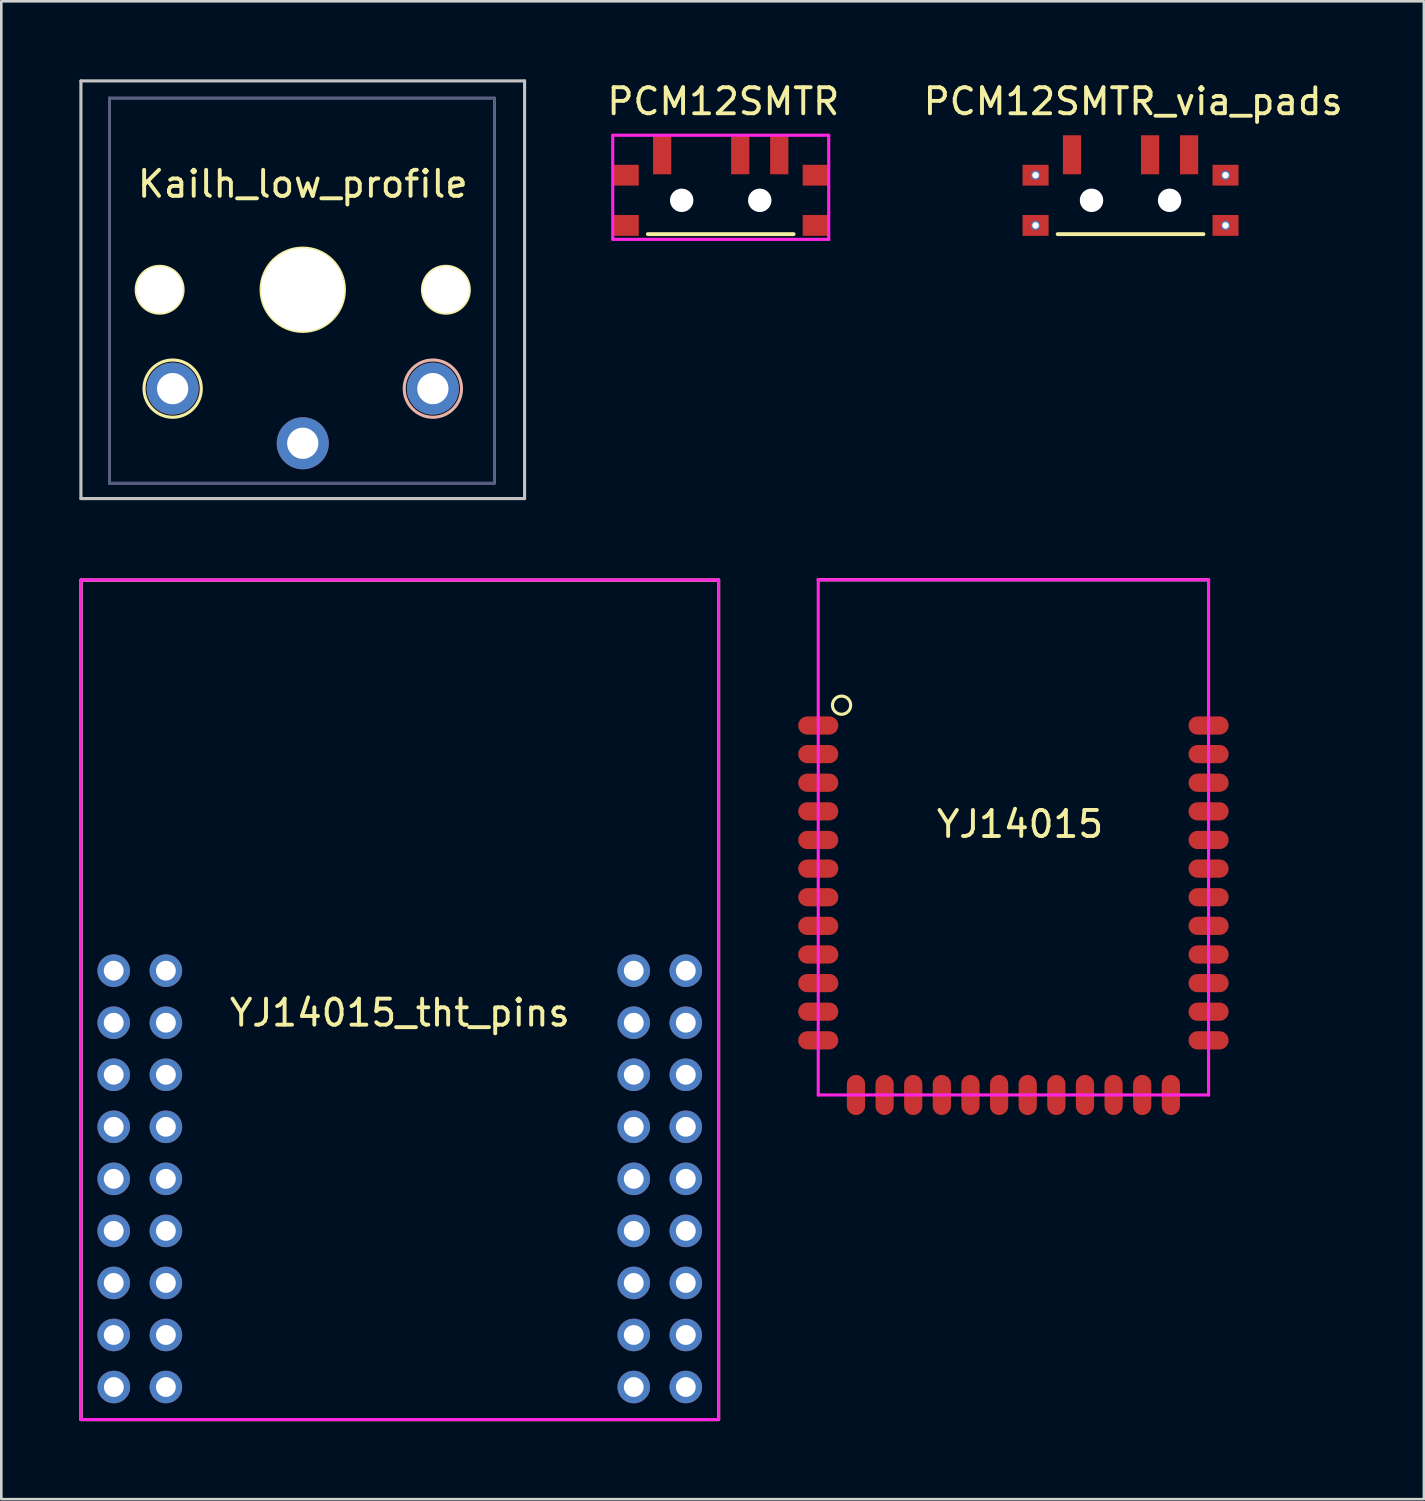
<source format=kicad_pcb>
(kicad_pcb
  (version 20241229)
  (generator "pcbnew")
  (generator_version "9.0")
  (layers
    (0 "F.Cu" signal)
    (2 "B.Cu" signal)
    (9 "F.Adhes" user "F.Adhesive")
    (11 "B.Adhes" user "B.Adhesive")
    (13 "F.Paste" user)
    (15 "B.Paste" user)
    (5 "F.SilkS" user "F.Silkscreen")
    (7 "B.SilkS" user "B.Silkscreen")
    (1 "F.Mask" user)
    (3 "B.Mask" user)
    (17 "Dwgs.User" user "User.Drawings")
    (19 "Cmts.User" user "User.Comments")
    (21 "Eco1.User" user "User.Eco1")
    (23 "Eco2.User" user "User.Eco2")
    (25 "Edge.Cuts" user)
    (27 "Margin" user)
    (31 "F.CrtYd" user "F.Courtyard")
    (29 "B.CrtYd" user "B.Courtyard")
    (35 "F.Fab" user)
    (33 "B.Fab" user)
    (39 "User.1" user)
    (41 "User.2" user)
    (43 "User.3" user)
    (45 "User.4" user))
  (footprint "YJ14015"
    (layer "F.Cu")
    (at 35.895 29.13)
    (property "Reference" "YJ14015" (at 0.254 -0.508 0) (layer "F.SilkS") (effects (font (size 1 1) (thickness 0.15))))
    (attr through_hole)
    (fp_line (start -7.5 -9.9) (end 7.5 -9.9) (stroke (width 0.12) (type solid)) (layer "F.SilkS"))
    (fp_circle (center -6.604 -5.08) (end -6.254 -5.08) (stroke (width 0.12) (type solid)) (fill no) (layer "F.SilkS"))
    (fp_line (start -7.5 9.912) (end 7.5 9.912) (stroke (width 0.12) (type solid)) (layer "Eco1.User"))
    (fp_line (start -7.5 -9.9) (end 7.5 -9.9) (stroke (width 0.12) (type solid)) (layer "F.CrtYd"))
    (fp_line (start -7.5 9.9) (end -7.5 -9.9) (stroke (width 0.12) (type solid)) (layer "F.CrtYd"))
    (fp_line (start 7.5 -9.9) (end 7.5 9.9) (stroke (width 0.12) (type solid)) (layer "F.CrtYd"))
    (fp_line (start 7.5 9.9) (end -7.5 9.9) (stroke (width 0.12) (type solid)) (layer "F.CrtYd"))
    (pad "0" smd oval (at -4.95 9.9 90) (size 1.54 0.7) (layers "F.Cu" "F.Mask" "F.Paste"))
    (pad "1" smd oval (at -3.85 9.9 90) (size 1.54 0.7) (layers "F.Cu" "F.Mask" "F.Paste"))
    (pad "2" smd oval (at -2.75 9.9 90) (size 1.54 0.7) (layers "F.Cu" "F.Mask" "F.Paste"))
    (pad "3" smd oval (at -1.65 9.9 90) (size 1.54 0.7) (layers "F.Cu" "F.Mask" "F.Paste"))
    (pad "4" smd oval (at -0.55 9.9 90) (size 1.54 0.7) (layers "F.Cu" "F.Mask" "F.Paste"))
    (pad "5" smd oval (at 0.55 9.9 90) (size 1.54 0.7) (layers "F.Cu" "F.Mask" "F.Paste"))
    (pad "6" smd oval (at 1.65 9.9 90) (size 1.54 0.7) (layers "F.Cu" "F.Mask" "F.Paste"))
    (pad "7" smd oval (at 2.75 9.9 90) (size 1.54 0.7) (layers "F.Cu" "F.Mask" "F.Paste"))
    (pad "8" smd oval (at 3.85 9.9 90) (size 1.54 0.7) (layers "F.Cu" "F.Mask" "F.Paste"))
    (pad "9" smd oval (at 4.95 9.9 90) (size 1.54 0.7) (layers "F.Cu" "F.Mask" "F.Paste"))
    (pad "10" smd oval (at 6.05 9.9 90) (size 1.54 0.7) (layers "F.Cu" "F.Mask" "F.Paste"))
    (pad "11" smd oval (at 7.5 7.8) (size 1.54 0.7) (layers "F.Cu" "F.Mask" "F.Paste"))
    (pad "12" smd oval (at 7.5 6.7) (size 1.54 0.7) (layers "F.Cu" "F.Mask" "F.Paste"))
    (pad "13" smd oval (at 7.5 5.6) (size 1.54 0.7) (layers "F.Cu" "F.Mask" "F.Paste"))
    (pad "14" smd oval (at 7.5 4.5) (size 1.54 0.7) (layers "F.Cu" "F.Mask" "F.Paste"))
    (pad "15" smd oval (at 7.5 3.4) (size 1.54 0.7) (layers "F.Cu" "F.Mask" "F.Paste"))
    (pad "16" smd oval (at 7.5 2.3) (size 1.54 0.7) (layers "F.Cu" "F.Mask" "F.Paste"))
    (pad "17" smd oval (at 7.5 -1) (size 1.54 0.7) (layers "F.Cu" "F.Mask" "F.Paste"))
    (pad "18" smd oval (at 7.5 -2.1) (size 1.54 0.7) (layers "F.Cu" "F.Mask" "F.Paste"))
    (pad "19" smd oval (at 7.5 -3.2) (size 1.54 0.7) (layers "F.Cu" "F.Mask" "F.Paste"))
    (pad "20" smd oval (at 7.5 -4.3) (size 1.54 0.7) (layers "F.Cu" "F.Mask" "F.Paste"))
    (pad "21" smd oval (at -7.5 -3.2) (size 1.54 0.7) (layers "F.Cu" "F.Mask" "F.Paste"))
    (pad "22" smd oval (at -7.5 -2.1) (size 1.54 0.7) (layers "F.Cu" "F.Mask" "F.Paste"))
    (pad "23" smd oval (at -7.5 -1) (size 1.54 0.7) (layers "F.Cu" "F.Mask" "F.Paste"))
    (pad "24" smd oval (at -7.5 0.1) (size 1.54 0.7) (layers "F.Cu" "F.Mask" "F.Paste"))
    (pad "25" smd oval (at -7.5 1.2) (size 1.54 0.7) (layers "F.Cu" "F.Mask" "F.Paste"))
    (pad "28" smd oval (at -7.5 4.5) (size 1.54 0.7) (layers "F.Cu" "F.Mask" "F.Paste"))
    (pad "29" smd oval (at -7.5 5.6) (size 1.54 0.7) (layers "F.Cu" "F.Mask" "F.Paste"))
    (pad "30" smd oval (at -6.05 9.9 90) (size 1.54 0.7) (layers "F.Cu" "F.Mask" "F.Paste"))
    (pad "31" smd oval (at 7.5 0.1) (size 1.54 0.7) (layers "F.Cu" "F.Mask" "F.Paste"))
    (pad "32" smd oval (at 7.5 1.2) (size 1.54 0.7) (layers "F.Cu" "F.Mask" "F.Paste"))
    (pad "33" smd oval (at -7.5 -4.3) (size 1.54 0.7) (layers "F.Cu" "F.Mask" "F.Paste"))
    (pad "34" smd oval (at -7.5 7.8) (size 1.54 0.7) (layers "F.Cu" "F.Mask" "F.Paste"))
    (pad "35" smd oval (at -7.5 2.3) (size 1.54 0.7) (layers "F.Cu" "F.Mask" "F.Paste"))
    (pad "36" smd oval (at -7.5 3.4) (size 1.54 0.7) (layers "F.Cu" "F.Mask" "F.Paste"))
    (pad "37" smd oval (at -7.5 6.7) (size 1.54 0.7) (layers "F.Cu" "F.Mask" "F.Paste")))
  (footprint "PCM12SMTR_via_pads"
    (layer "F.Cu")
    (at 40.397 4.648)
    (property "Reference" "PCM12SMTR_via_pads" (at 0.1 -3.8 180) (layer "F.SilkS") (effects (font (size 1 1) (thickness 0.15))))
    (attr through_hole)
    (fp_line (start 2.8 1.3) (end -2.8 1.3) (stroke (width 0.15) (type solid)) (layer "F.SilkS"))
    (pad "" thru_hole circle (at -3.65 -0.965) (size 0.35 0.35) (drill 0.25) (layers "*.Cu" "*.Mask"))
    (pad "" smd rect (at -3.65 -0.965) (size 1 0.8) (layers "F.Cu" "F.Mask" "F.Paste"))
    (pad "" thru_hole circle (at -3.65 0.965) (size 0.35 0.35) (drill 0.25) (layers "*.Cu" "*.Mask"))
    (pad "" smd rect (at -3.65 0.965) (size 1 0.8) (layers "F.Cu" "F.Mask" "F.Paste"))
    (pad "" np_thru_hole circle (at -1.5 0) (size 0.9 0.9) (drill 0.9) (layers "*.Cu" "*.Mask"))
    (pad "" np_thru_hole circle (at 1.5 0) (size 0.9 0.9) (drill 0.9) (layers "*.Cu" "*.Mask"))
    (pad "" thru_hole circle (at 3.65 -0.965) (size 0.35 0.35) (drill 0.25) (layers "*.Cu" "*.Mask"))
    (pad "" smd rect (at 3.65 -0.965) (size 1 0.8) (layers "F.Cu" "F.Mask" "F.Paste"))
    (pad "" thru_hole circle (at 3.65 0.965) (size 0.35 0.35) (drill 0.25) (layers "*.Cu" "*.Mask"))
    (pad "" smd rect (at 3.65 0.965) (size 1 0.8) (layers "F.Cu" "F.Mask" "F.Paste"))
    (pad "1" smd rect (at -2.25 -1.75) (size 0.7 1.5) (layers "F.Cu" "F.Mask" "F.Paste"))
    (pad "2" smd rect (at 0.75 -1.75) (size 0.7 1.5) (layers "F.Cu" "F.Mask" "F.Paste"))
    (pad "3" smd rect (at 2.25 -1.75) (size 0.7 1.5) (layers "F.Cu" "F.Mask" "F.Paste")))
  (footprint "Kailh_low_profile"
    (layer "F.Cu")
    (at 8.585 8.085)
    (property "Reference" "Kailh_low_profile" (at 0 -4.064 0) (layer "F.SilkS") (effects (font (size 1 1) (thickness 0.15))))
    (attr through_hole)
    (fp_circle (center -5.5 0) (end -4.6 0) (stroke (width 0.12) (type solid)) (fill no) (layer "F.SilkS"))
    (fp_circle (center -5 3.8) (end -3.9 3.8) (stroke (width 0.12) (type solid)) (fill no) (layer "F.SilkS"))
    (fp_circle (center 0 0) (end 1.6 0) (stroke (width 0.12) (type solid)) (fill no) (layer "F.SilkS"))
    (fp_circle (center 5.5 0) (end 6.4 0) (stroke (width 0.12) (type solid)) (fill no) (layer "F.SilkS"))
    (fp_circle (center 5 3.8) (end 6.1 3.8) (stroke (width 0.12) (type solid)) (fill no) (layer "B.SilkS"))
    (fp_line (start -8.525 -8.025) (end -8.525 8.025) (stroke (width 0.12) (type solid)) (layer "Dwgs.User"))
    (fp_line (start -8.525 -8.025) (end 8.525 -8.025) (stroke (width 0.12) (type solid)) (layer "Dwgs.User"))
    (fp_line (start -8.525 8.025) (end 8.525 8.025) (stroke (width 0.12) (type solid)) (layer "Dwgs.User"))
    (fp_line (start 8.525 -8.025) (end 8.525 8.025) (stroke (width 0.12) (type solid)) (layer "Dwgs.User"))
    (fp_line (start -2.5 -3.125) (end -2.5 -6.275) (stroke (width 0.12) (type solid)) (layer "Eco1.User"))
    (fp_line (start 2.5 -6.275) (end -2.5 -6.275) (stroke (width 0.12) (type solid)) (layer "Eco1.User"))
    (fp_line (start 2.5 -3.125) (end -2.5 -3.125) (stroke (width 0.12) (type solid)) (layer "Eco1.User"))
    (fp_line (start 2.5 -3.125) (end 2.5 -6.275) (stroke (width 0.12) (type solid)) (layer "Eco1.User"))
    (fp_line (start -7.434 -7.366) (end 7.366 -7.366) (stroke (width 0.1) (type solid)) (layer "B.Fab"))
    (fp_line (start -7.434 7.434) (end -7.434 -7.366) (stroke (width 0.1) (type solid)) (layer "B.Fab"))
    (fp_line (start 7.366 -7.366) (end 7.366 7.434) (stroke (width 0.1) (type solid)) (layer "B.Fab"))
    (fp_line (start 7.366 7.434) (end -7.434 7.434) (stroke (width 0.1) (type solid)) (layer "B.Fab"))
    (fp_line (start -7.434 -7.366) (end 7.366 -7.366) (stroke (width 0.1) (type solid)) (layer "F.Fab"))
    (fp_line (start -7.434 7.434) (end -7.434 -7.366) (stroke (width 0.1) (type solid)) (layer "F.Fab"))
    (fp_line (start 7.366 -7.366) (end 7.366 7.434) (stroke (width 0.1) (type solid)) (layer "F.Fab"))
    (fp_line (start 7.366 7.434) (end -7.434 7.434) (stroke (width 0.1) (type solid)) (layer "F.Fab"))
    (pad "" np_thru_hole circle (at -5.5 0) (size 1.8 1.8) (drill 1.8) (layers "*.Cu" "*.Mask"))
    (pad "" np_thru_hole circle (at 0 0) (size 3.2 3.2) (drill 3.2) (layers "*.Cu" "*.Mask"))
    (pad "" np_thru_hole circle (at 5.5 0) (size 1.8 1.8) (drill 1.8) (layers "*.Cu" "*.Mask"))
    (pad "1" thru_hole circle (at 5 3.8 180) (size 2 2) (drill 1.2) (layers "*.Cu" "*.Mask"))
    (pad "2" thru_hole circle (at 0 5.9 180) (size 2 2) (drill 1.2) (layers "*.Cu" "*.Mask"))
    (pad "3" thru_hole circle (at -5 3.8 180) (size 2 2) (drill 1.2) (layers "*.Cu" "*.Mask")))
  (footprint "PCM12SMTR"
    (layer "F.Cu")
    (at 24.647 4.648)
    (property "Reference" "PCM12SMTR" (at 0.1 -3.8 180) (layer "F.SilkS") (effects (font (size 1 1) (thickness 0.15))))
    (attr through_hole)
    (fp_line (start 2.8 1.3) (end -2.8 1.3) (stroke (width 0.15) (type solid)) (layer "F.SilkS"))
    (fp_line (start -4.15 -2.5) (end -4.15 1.5) (stroke (width 0.12) (type solid)) (layer "F.CrtYd"))
    (fp_line (start -4.15 -2.5) (end 4.15 -2.5) (stroke (width 0.12) (type solid)) (layer "F.CrtYd"))
    (fp_line (start 4.15 -2.5) (end 4.15 1.5) (stroke (width 0.12) (type solid)) (layer "F.CrtYd"))
    (fp_line (start 4.15 1.5) (end -4.15 1.5) (stroke (width 0.12) (type solid)) (layer "F.CrtYd"))
    (pad "" smd rect (at -3.65 -0.965) (size 1 0.8) (layers "F.Cu" "F.Mask" "F.Paste"))
    (pad "" smd rect (at -3.65 0.965) (size 1 0.8) (layers "F.Cu" "F.Mask" "F.Paste"))
    (pad "" np_thru_hole circle (at -1.5 0) (size 0.9 0.9) (drill 0.9) (layers "*.Cu" "*.Mask"))
    (pad "" np_thru_hole circle (at 1.5 0) (size 0.9 0.9) (drill 0.9) (layers "*.Cu" "*.Mask"))
    (pad "" smd rect (at 3.65 -0.965) (size 1 0.8) (layers "F.Cu" "F.Mask" "F.Paste"))
    (pad "" smd rect (at 3.65 0.965) (size 1 0.8) (layers "F.Cu" "F.Mask" "F.Paste"))
    (pad "1" smd rect (at -2.25 -1.75) (size 0.7 1.5) (layers "F.Cu" "F.Mask" "F.Paste"))
    (pad "2" smd rect (at 0.75 -1.75) (size 0.7 1.5) (layers "F.Cu" "F.Mask" "F.Paste"))
    (pad "3" smd rect (at 2.25 -1.75) (size 0.7 1.5) (layers "F.Cu" "F.Mask" "F.Paste")))
  (footprint "YJ14015_tht_pins"
    (layer "F.Cu")
    (at 12.315 35.373)
    (property "Reference" "YJ14015_tht_pins" (at 0 0.5 0) (layer "F.SilkS") (effects (font (size 1 1) (thickness 0.15))))
    (attr through_hole)
    (fp_line (start -12.25 -16.13) (end 12.25 -16.13) (stroke (width 0.12) (type solid)) (layer "F.SilkS"))
    (fp_line (start -12.25 16.13) (end -12.25 -16.13) (stroke (width 0.12) (type solid)) (layer "F.SilkS"))
    (fp_line (start -12.25 16.13) (end 12.25 16.13) (stroke (width 0.12) (type solid)) (layer "F.SilkS"))
    (fp_line (start 12.25 -16.13) (end 12.25 16.13) (stroke (width 0.12) (type solid)) (layer "F.SilkS"))
    (fp_line (start -12.255 16.125) (end -12.255 -16.135) (stroke (width 0.12) (type solid)) (layer "F.CrtYd"))
    (fp_line (start -12.25 -16.135) (end 12.25 -16.135) (stroke (width 0.12) (type solid)) (layer "F.CrtYd"))
    (fp_line (start -12.25 16.13) (end 12.25 16.13) (stroke (width 0.12) (type solid)) (layer "F.CrtYd"))
    (fp_line (start 12.25 -16.143) (end 12.25 16.117) (stroke (width 0.12) (type solid)) (layer "F.CrtYd"))
    (pad "0" thru_hole circle (at -8.99 10.88) (size 1.25 1.25) (drill 0.762) (layers "*.Cu" "*.Mask"))
    (pad "1" thru_hole circle (at -10.995 12.88) (size 1.25 1.25) (drill 0.762) (layers "*.Cu" "*.Mask"))
    (pad "2" thru_hole circle (at -8.99 12.88) (size 1.25 1.25) (drill 0.762) (layers "*.Cu" "*.Mask"))
    (pad "3" thru_hole circle (at -10.99 14.88) (size 1.25 1.25) (drill 0.762) (layers "*.Cu" "*.Mask"))
    (pad "4" thru_hole circle (at -8.99 14.88) (size 1.25 1.25) (drill 0.762) (layers "*.Cu" "*.Mask"))
    (pad "5" thru_hole circle (at 8.99 14.88) (size 1.25 1.25) (drill 0.762) (layers "*.Cu" "*.Mask"))
    (pad "6" thru_hole circle (at 10.99 14.88) (size 1.25 1.25) (drill 0.762) (layers "*.Cu" "*.Mask"))
    (pad "7" thru_hole circle (at 8.99 12.88) (size 1.25 1.25) (drill 0.762) (layers "*.Cu" "*.Mask"))
    (pad "8" thru_hole circle (at 10.99 12.88) (size 1.25 1.25) (drill 0.762) (layers "*.Cu" "*.Mask"))
    (pad "9" thru_hole circle (at 8.99 10.88) (size 1.25 1.25) (drill 0.762) (layers "*.Cu" "*.Mask"))
    (pad "10" thru_hole circle (at 10.99 10.88) (size 1.25 1.25) (drill 0.762) (layers "*.Cu" "*.Mask"))
    (pad "11" thru_hole circle (at 8.99 8.88) (size 1.25 1.25) (drill 0.762) (layers "*.Cu" "*.Mask"))
    (pad "12" thru_hole circle (at 10.99 8.88) (size 1.25 1.25) (drill 0.762) (layers "*.Cu" "*.Mask"))
    (pad "13" thru_hole circle (at 8.99 6.88) (size 1.25 1.25) (drill 0.762) (layers "*.Cu" "*.Mask"))
    (pad "14" thru_hole circle (at 10.99 6.88) (size 1.25 1.25) (drill 0.762) (layers "*.Cu" "*.Mask"))
    (pad "15" thru_hole circle (at 8.99 4.88) (size 1.25 1.25) (drill 0.762) (layers "*.Cu" "*.Mask"))
    (pad "16" thru_hole circle (at 10.99 4.88) (size 1.25 1.25) (drill 0.762) (layers "*.Cu" "*.Mask"))
    (pad "17" thru_hole circle (at 8.99 0.88) (size 1.25 1.25) (drill 0.762) (layers "*.Cu" "*.Mask"))
    (pad "18" thru_hole circle (at 10.99 0.88) (size 1.25 1.25) (drill 0.762) (layers "*.Cu" "*.Mask"))
    (pad "19" thru_hole circle (at 8.99 -1.12) (size 1.25 1.25) (drill 0.762) (layers "*.Cu" "*.Mask"))
    (pad "20" thru_hole circle (at 10.99 -1.12) (size 1.25 1.25) (drill 0.762) (layers "*.Cu" "*.Mask"))
    (pad "21" thru_hole circle (at -8.99 -1.12) (size 1.25 1.25) (drill 0.762) (layers "*.Cu" "*.Mask"))
    (pad "22" thru_hole circle (at -10.995 0.88) (size 1.25 1.25) (drill 0.762) (layers "*.Cu" "*.Mask"))
    (pad "23" thru_hole circle (at -8.99 0.88) (size 1.25 1.25) (drill 0.762) (layers "*.Cu" "*.Mask"))
    (pad "24" thru_hole circle (at -10.995 2.88) (size 1.25 1.25) (drill 0.762) (layers "*.Cu" "*.Mask"))
    (pad "25" thru_hole circle (at -8.99 2.88) (size 1.25 1.25) (drill 0.762) (layers "*.Cu" "*.Mask"))
    (pad "26" thru_hole circle (at -10.995 4.88) (size 1.25 1.25) (drill 0.762) (layers "*.Cu" "*.Mask"))
    (pad "27" thru_hole circle (at -8.99 4.88) (size 1.25 1.25) (drill 0.762) (layers "*.Cu" "*.Mask"))
    (pad "28" thru_hole circle (at -10.995 6.88) (size 1.25 1.25) (drill 0.762) (layers "*.Cu" "*.Mask"))
    (pad "29" thru_hole circle (at -8.99 6.88) (size 1.25 1.25) (drill 0.762) (layers "*.Cu" "*.Mask"))
    (pad "30" thru_hole circle (at -10.995 10.88) (size 1.25 1.25) (drill 0.762) (layers "*.Cu" "*.Mask"))
    (pad "31" thru_hole circle (at 10.99 2.88) (size 1.25 1.25) (drill 0.762) (layers "*.Cu" "*.Mask"))
    (pad "32" thru_hole circle (at 8.99 2.88) (size 1.25 1.25) (drill 0.762) (layers "*.Cu" "*.Mask"))
    (pad "33" thru_hole circle (at -10.995 -1.12) (size 1.25 1.25) (drill 0.762) (layers "*.Cu" "*.Mask"))
    (pad "33" thru_hole circle (at -8.99 8.88) (size 1.25 1.25) (drill 0.762) (layers "*.Cu" "*.Mask"))
    (pad "34" thru_hole circle (at -10.995 8.88) (size 1.25 1.25) (drill 0.762) (layers "*.Cu" "*.Mask")))
  (gr_rect
    (start -3 -3)
    (end 51.67 54.563)
    (stroke (width 0.1) (type default))
    (fill no)
    (layer "Edge.Cuts")))
</source>
